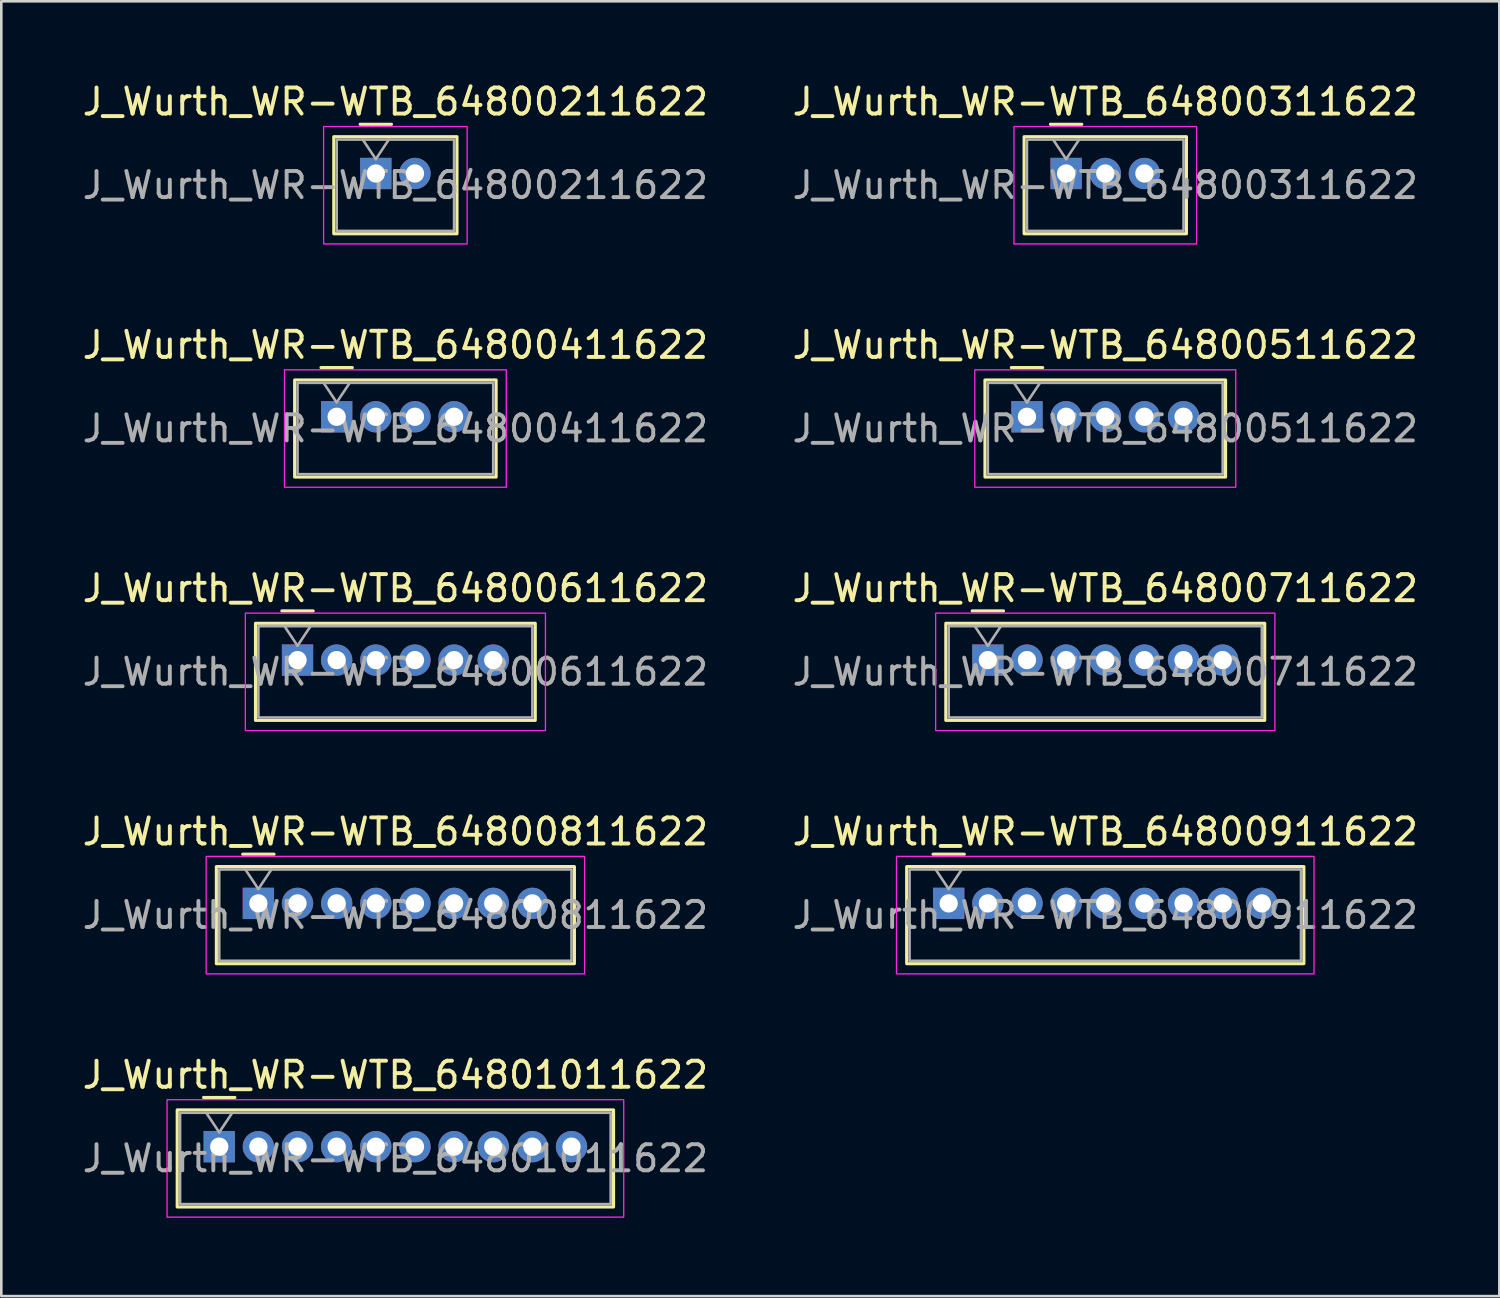
<source format=kicad_pcb>
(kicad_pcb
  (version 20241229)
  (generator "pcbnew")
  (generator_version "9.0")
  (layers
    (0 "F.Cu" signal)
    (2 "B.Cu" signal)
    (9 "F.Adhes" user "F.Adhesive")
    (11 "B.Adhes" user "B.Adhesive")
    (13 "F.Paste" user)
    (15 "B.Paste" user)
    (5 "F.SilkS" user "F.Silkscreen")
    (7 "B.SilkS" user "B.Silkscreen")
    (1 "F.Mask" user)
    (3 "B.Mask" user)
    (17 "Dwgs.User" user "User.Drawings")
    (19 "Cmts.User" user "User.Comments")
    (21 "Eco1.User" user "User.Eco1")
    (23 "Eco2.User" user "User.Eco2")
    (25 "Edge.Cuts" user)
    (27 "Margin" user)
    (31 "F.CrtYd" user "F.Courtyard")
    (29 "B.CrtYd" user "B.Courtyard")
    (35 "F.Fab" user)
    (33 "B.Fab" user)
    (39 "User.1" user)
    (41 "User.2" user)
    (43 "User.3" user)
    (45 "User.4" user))
  (footprint "J_Wurth_WR-WTB_64801011622"
    (layer "F.Cu")
    (at 5.351 40.891)
    (property "Reference" "J_Wurth_WR-WTB_64801011622" (at 6.75 -2.75 0) (unlocked yes) (layer "F.SilkS") (effects (font (size 1 1) (thickness 0.15))))
    (attr through_hole)
    (fp_line (start 0.6 -1.885) (end -0.6 -1.885) (stroke (width 0.12) (type solid)) (layer "F.SilkS"))
    (fp_rect (start -1.61 -1.41) (end 15.11 2.31) (stroke (width 0.12) (type solid)) (fill no) (layer "F.SilkS"))
    (fp_rect (start -2 -1.8) (end 15.5 2.7) (stroke (width 0.05) (type solid)) (fill no) (layer "F.CrtYd"))
    (fp_line (start 0 -0.55) (end -0.5 -1.3) (stroke (width 0.1) (type solid)) (layer "F.Fab"))
    (fp_line (start 0 -0.55) (end 0.5 -1.3) (stroke (width 0.1) (type solid)) (layer "F.Fab"))
    (fp_rect (start -1.5 -1.3) (end 15 2.2) (stroke (width 0.1) (type solid)) (fill no) (layer "F.Fab"))
    (fp_text user "${REFERENCE}" (at 6.75 0.45 0) (unlocked yes) (layer "F.Fab") (effects (font (size 1 1) (thickness 0.15))))
    (pad "1" thru_hole rect (at 0 0 180) (size 1.2 1.2) (drill 0.7) (layers "*.Cu" "*.Mask"))
    (pad "2" thru_hole circle (at 1.5 0 180) (size 1.2 1.2) (drill 0.7) (layers "*.Cu" "*.Mask"))
    (pad "3" thru_hole circle (at 3 0 180) (size 1.2 1.2) (drill 0.7) (layers "*.Cu" "*.Mask"))
    (pad "4" thru_hole circle (at 4.5 0 180) (size 1.2 1.2) (drill 0.7) (layers "*.Cu" "*.Mask"))
    (pad "5" thru_hole circle (at 6 0 180) (size 1.2 1.2) (drill 0.7) (layers "*.Cu" "*.Mask"))
    (pad "6" thru_hole circle (at 7.5 0 180) (size 1.2 1.2) (drill 0.7) (layers "*.Cu" "*.Mask"))
    (pad "7" thru_hole circle (at 9 0 180) (size 1.2 1.2) (drill 0.7) (layers "*.Cu" "*.Mask"))
    (pad "8" thru_hole circle (at 10.5 0 180) (size 1.2 1.2) (drill 0.7) (layers "*.Cu" "*.Mask"))
    (pad "9" thru_hole circle (at 12 0 180) (size 1.2 1.2) (drill 0.7) (layers "*.Cu" "*.Mask"))
    (pad "10" thru_hole circle (at 13.5 0 180) (size 1.2 1.2) (drill 0.7) (layers "*.Cu" "*.Mask")))
  (footprint "J_Wurth_WR-WTB_64800611622"
    (layer "F.Cu")
    (at 8.351 22.245)
    (property "Reference" "J_Wurth_WR-WTB_64800611622" (at 3.75 -2.75 0) (unlocked yes) (layer "F.SilkS") (effects (font (size 1 1) (thickness 0.15))))
    (attr through_hole)
    (fp_line (start 0.6 -1.885) (end -0.6 -1.885) (stroke (width 0.12) (type solid)) (layer "F.SilkS"))
    (fp_rect (start -1.61 -1.41) (end 9.11 2.31) (stroke (width 0.12) (type solid)) (fill no) (layer "F.SilkS"))
    (fp_rect (start -2 -1.8) (end 9.5 2.7) (stroke (width 0.05) (type solid)) (fill no) (layer "F.CrtYd"))
    (fp_line (start 0 -0.55) (end -0.5 -1.3) (stroke (width 0.1) (type solid)) (layer "F.Fab"))
    (fp_line (start 0 -0.55) (end 0.5 -1.3) (stroke (width 0.1) (type solid)) (layer "F.Fab"))
    (fp_rect (start -1.5 -1.3) (end 9 2.2) (stroke (width 0.1) (type solid)) (fill no) (layer "F.Fab"))
    (fp_text user "${REFERENCE}" (at 3.75 0.45 0) (unlocked yes) (layer "F.Fab") (effects (font (size 1 1) (thickness 0.15))))
    (pad "1" thru_hole rect (at 0 0 180) (size 1.2 1.2) (drill 0.7) (layers "*.Cu" "*.Mask"))
    (pad "2" thru_hole circle (at 1.5 0 180) (size 1.2 1.2) (drill 0.7) (layers "*.Cu" "*.Mask"))
    (pad "3" thru_hole circle (at 3 0 180) (size 1.2 1.2) (drill 0.7) (layers "*.Cu" "*.Mask"))
    (pad "4" thru_hole circle (at 4.5 0 180) (size 1.2 1.2) (drill 0.7) (layers "*.Cu" "*.Mask"))
    (pad "5" thru_hole circle (at 6 0 180) (size 1.2 1.2) (drill 0.7) (layers "*.Cu" "*.Mask"))
    (pad "6" thru_hole circle (at 7.5 0 180) (size 1.2 1.2) (drill 0.7) (layers "*.Cu" "*.Mask")))
  (footprint "J_Wurth_WR-WTB_64800411622"
    (layer "F.Cu")
    (at 9.851 12.921)
    (property "Reference" "J_Wurth_WR-WTB_64800411622" (at 2.25 -2.75 0) (unlocked yes) (layer "F.SilkS") (effects (font (size 1 1) (thickness 0.15))))
    (attr through_hole)
    (fp_line (start 0.6 -1.885) (end -0.6 -1.885) (stroke (width 0.12) (type solid)) (layer "F.SilkS"))
    (fp_rect (start -1.61 -1.41) (end 6.11 2.31) (stroke (width 0.12) (type solid)) (fill no) (layer "F.SilkS"))
    (fp_rect (start -2 -1.8) (end 6.5 2.7) (stroke (width 0.05) (type solid)) (fill no) (layer "F.CrtYd"))
    (fp_line (start 0 -0.55) (end -0.5 -1.3) (stroke (width 0.1) (type solid)) (layer "F.Fab"))
    (fp_line (start 0 -0.55) (end 0.5 -1.3) (stroke (width 0.1) (type solid)) (layer "F.Fab"))
    (fp_rect (start -1.5 -1.3) (end 6 2.2) (stroke (width 0.1) (type solid)) (fill no) (layer "F.Fab"))
    (fp_text user "${REFERENCE}" (at 2.25 0.45 0) (unlocked yes) (layer "F.Fab") (effects (font (size 1 1) (thickness 0.15))))
    (pad "1" thru_hole rect (at 0 0 180) (size 1.2 1.2) (drill 0.7) (layers "*.Cu" "*.Mask"))
    (pad "2" thru_hole circle (at 1.5 0 180) (size 1.2 1.2) (drill 0.7) (layers "*.Cu" "*.Mask"))
    (pad "3" thru_hole circle (at 3 0 180) (size 1.2 1.2) (drill 0.7) (layers "*.Cu" "*.Mask"))
    (pad "4" thru_hole circle (at 4.5 0 180) (size 1.2 1.2) (drill 0.7) (layers "*.Cu" "*.Mask")))
  (footprint "J_Wurth_WR-WTB_64800511622"
    (layer "F.Cu")
    (at 36.304 12.921)
    (property "Reference" "J_Wurth_WR-WTB_64800511622" (at 3 -2.75 0) (unlocked yes) (layer "F.SilkS") (effects (font (size 1 1) (thickness 0.15))))
    (attr through_hole)
    (fp_line (start 0.6 -1.885) (end -0.6 -1.885) (stroke (width 0.12) (type solid)) (layer "F.SilkS"))
    (fp_rect (start -1.61 -1.41) (end 7.61 2.31) (stroke (width 0.12) (type solid)) (fill no) (layer "F.SilkS"))
    (fp_rect (start -2 -1.8) (end 8 2.7) (stroke (width 0.05) (type solid)) (fill no) (layer "F.CrtYd"))
    (fp_line (start 0 -0.55) (end -0.5 -1.3) (stroke (width 0.1) (type solid)) (layer "F.Fab"))
    (fp_line (start 0 -0.55) (end 0.5 -1.3) (stroke (width 0.1) (type solid)) (layer "F.Fab"))
    (fp_rect (start -1.5 -1.3) (end 7.5 2.2) (stroke (width 0.1) (type solid)) (fill no) (layer "F.Fab"))
    (fp_text user "${REFERENCE}" (at 3 0.45 0) (unlocked yes) (layer "F.Fab") (effects (font (size 1 1) (thickness 0.15))))
    (pad "1" thru_hole rect (at 0 0 180) (size 1.2 1.2) (drill 0.7) (layers "*.Cu" "*.Mask"))
    (pad "2" thru_hole circle (at 1.5 0 180) (size 1.2 1.2) (drill 0.7) (layers "*.Cu" "*.Mask"))
    (pad "3" thru_hole circle (at 3 0 180) (size 1.2 1.2) (drill 0.7) (layers "*.Cu" "*.Mask"))
    (pad "4" thru_hole circle (at 4.5 0 180) (size 1.2 1.2) (drill 0.7) (layers "*.Cu" "*.Mask"))
    (pad "5" thru_hole circle (at 6 0 180) (size 1.2 1.2) (drill 0.7) (layers "*.Cu" "*.Mask")))
  (footprint "J_Wurth_WR-WTB_64800211622"
    (layer "F.Cu")
    (at 11.351 3.598)
    (property "Reference" "J_Wurth_WR-WTB_64800211622" (at 0.75 -2.75 0) (unlocked yes) (layer "F.SilkS") (effects (font (size 1 1) (thickness 0.15))))
    (attr through_hole)
    (fp_line (start 0.6 -1.885) (end -0.6 -1.885) (stroke (width 0.12) (type solid)) (layer "F.SilkS"))
    (fp_rect (start -1.61 -1.41) (end 3.11 2.31) (stroke (width 0.12) (type default)) (fill no) (layer "F.SilkS"))
    (fp_rect (start -2 -1.8) (end 3.5 2.7) (stroke (width 0.05) (type default)) (fill no) (layer "F.CrtYd"))
    (fp_line (start 0 -0.55) (end -0.5 -1.3) (stroke (width 0.1) (type solid)) (layer "F.Fab"))
    (fp_line (start 0 -0.55) (end 0.5 -1.3) (stroke (width 0.1) (type solid)) (layer "F.Fab"))
    (fp_rect (start -1.5 -1.3) (end 3 2.2) (stroke (width 0.1) (type solid)) (fill no) (layer "F.Fab"))
    (fp_text user "${REFERENCE}" (at 0.75 0.45 0) (unlocked yes) (layer "F.Fab") (effects (font (size 1 1) (thickness 0.15))))
    (pad "1" thru_hole rect (at 0 0 180) (size 1.2 1.2) (drill 0.7) (layers "*.Cu" "*.Mask"))
    (pad "2" thru_hole circle (at 1.5 0 180) (size 1.2 1.2) (drill 0.7) (layers "*.Cu" "*.Mask")))
  (footprint "J_Wurth_WR-WTB_64800711622"
    (layer "F.Cu")
    (at 34.804 22.245)
    (property "Reference" "J_Wurth_WR-WTB_64800711622" (at 4.5 -2.75 0) (unlocked yes) (layer "F.SilkS") (effects (font (size 1 1) (thickness 0.15))))
    (attr through_hole)
    (fp_line (start 0.6 -1.885) (end -0.6 -1.885) (stroke (width 0.12) (type solid)) (layer "F.SilkS"))
    (fp_rect (start -1.61 -1.41) (end 10.61 2.31) (stroke (width 0.12) (type solid)) (fill no) (layer "F.SilkS"))
    (fp_rect (start -2 -1.8) (end 11 2.7) (stroke (width 0.05) (type solid)) (fill no) (layer "F.CrtYd"))
    (fp_line (start 0 -0.55) (end -0.5 -1.3) (stroke (width 0.1) (type solid)) (layer "F.Fab"))
    (fp_line (start 0 -0.55) (end 0.5 -1.3) (stroke (width 0.1) (type solid)) (layer "F.Fab"))
    (fp_rect (start -1.5 -1.3) (end 10.5 2.2) (stroke (width 0.1) (type solid)) (fill no) (layer "F.Fab"))
    (fp_text user "${REFERENCE}" (at 4.5 0.45 0) (unlocked yes) (layer "F.Fab") (effects (font (size 1 1) (thickness 0.15))))
    (pad "1" thru_hole rect (at 0 0 180) (size 1.2 1.2) (drill 0.7) (layers "*.Cu" "*.Mask"))
    (pad "2" thru_hole circle (at 1.5 0 180) (size 1.2 1.2) (drill 0.7) (layers "*.Cu" "*.Mask"))
    (pad "3" thru_hole circle (at 3 0 180) (size 1.2 1.2) (drill 0.7) (layers "*.Cu" "*.Mask"))
    (pad "4" thru_hole circle (at 4.5 0 180) (size 1.2 1.2) (drill 0.7) (layers "*.Cu" "*.Mask"))
    (pad "5" thru_hole circle (at 6 0 180) (size 1.2 1.2) (drill 0.7) (layers "*.Cu" "*.Mask"))
    (pad "6" thru_hole circle (at 7.5 0 180) (size 1.2 1.2) (drill 0.7) (layers "*.Cu" "*.Mask"))
    (pad "7" thru_hole circle (at 9 0 180) (size 1.2 1.2) (drill 0.7) (layers "*.Cu" "*.Mask")))
  (footprint "J_Wurth_WR-WTB_64800911622"
    (layer "F.Cu")
    (at 33.304 31.568)
    (property "Reference" "J_Wurth_WR-WTB_64800911622" (at 6 -2.75 0) (unlocked yes) (layer "F.SilkS") (effects (font (size 1 1) (thickness 0.15))))
    (attr through_hole)
    (fp_line (start 0.6 -1.885) (end -0.6 -1.885) (stroke (width 0.12) (type solid)) (layer "F.SilkS"))
    (fp_rect (start -1.61 -1.41) (end 13.61 2.31) (stroke (width 0.12) (type solid)) (fill no) (layer "F.SilkS"))
    (fp_rect (start -2 -1.8) (end 14 2.7) (stroke (width 0.05) (type solid)) (fill no) (layer "F.CrtYd"))
    (fp_line (start 0 -0.55) (end -0.5 -1.3) (stroke (width 0.1) (type solid)) (layer "F.Fab"))
    (fp_line (start 0 -0.55) (end 0.5 -1.3) (stroke (width 0.1) (type solid)) (layer "F.Fab"))
    (fp_rect (start -1.5 -1.3) (end 13.5 2.2) (stroke (width 0.1) (type solid)) (fill no) (layer "F.Fab"))
    (fp_text user "${REFERENCE}" (at 6 0.45 0) (unlocked yes) (layer "F.Fab") (effects (font (size 1 1) (thickness 0.15))))
    (pad "1" thru_hole rect (at 0 0 180) (size 1.2 1.2) (drill 0.7) (layers "*.Cu" "*.Mask"))
    (pad "2" thru_hole circle (at 1.5 0 180) (size 1.2 1.2) (drill 0.7) (layers "*.Cu" "*.Mask"))
    (pad "3" thru_hole circle (at 3 0 180) (size 1.2 1.2) (drill 0.7) (layers "*.Cu" "*.Mask"))
    (pad "4" thru_hole circle (at 4.5 0 180) (size 1.2 1.2) (drill 0.7) (layers "*.Cu" "*.Mask"))
    (pad "5" thru_hole circle (at 6 0 180) (size 1.2 1.2) (drill 0.7) (layers "*.Cu" "*.Mask"))
    (pad "6" thru_hole circle (at 7.5 0 180) (size 1.2 1.2) (drill 0.7) (layers "*.Cu" "*.Mask"))
    (pad "7" thru_hole circle (at 9 0 180) (size 1.2 1.2) (drill 0.7) (layers "*.Cu" "*.Mask"))
    (pad "8" thru_hole circle (at 10.5 0 180) (size 1.2 1.2) (drill 0.7) (layers "*.Cu" "*.Mask"))
    (pad "9" thru_hole circle (at 12 0 180) (size 1.2 1.2) (drill 0.7) (layers "*.Cu" "*.Mask")))
  (footprint "J_Wurth_WR-WTB_64800311622"
    (layer "F.Cu")
    (at 37.804 3.598)
    (property "Reference" "J_Wurth_WR-WTB_64800311622" (at 1.5 -2.75 0) (unlocked yes) (layer "F.SilkS") (effects (font (size 1 1) (thickness 0.15))))
    (attr through_hole)
    (fp_line (start 0.6 -1.885) (end -0.6 -1.885) (stroke (width 0.12) (type solid)) (layer "F.SilkS"))
    (fp_rect (start -1.61 -1.41) (end 4.61 2.31) (stroke (width 0.12) (type solid)) (fill no) (layer "F.SilkS"))
    (fp_rect (start -2 -1.8) (end 5 2.7) (stroke (width 0.05) (type solid)) (fill no) (layer "F.CrtYd"))
    (fp_line (start 0 -0.55) (end -0.5 -1.3) (stroke (width 0.1) (type solid)) (layer "F.Fab"))
    (fp_line (start 0 -0.55) (end 0.5 -1.3) (stroke (width 0.1) (type solid)) (layer "F.Fab"))
    (fp_rect (start -1.5 -1.3) (end 4.5 2.2) (stroke (width 0.1) (type solid)) (fill no) (layer "F.Fab"))
    (fp_text user "${REFERENCE}" (at 1.5 0.45 0) (unlocked yes) (layer "F.Fab") (effects (font (size 1 1) (thickness 0.15))))
    (pad "1" thru_hole rect (at 0 0 180) (size 1.2 1.2) (drill 0.7) (layers "*.Cu" "*.Mask"))
    (pad "2" thru_hole circle (at 1.5 0 180) (size 1.2 1.2) (drill 0.7) (layers "*.Cu" "*.Mask"))
    (pad "3" thru_hole circle (at 3 0 180) (size 1.2 1.2) (drill 0.7) (layers "*.Cu" "*.Mask")))
  (footprint "J_Wurth_WR-WTB_64800811622"
    (layer "F.Cu")
    (at 6.851 31.568)
    (property "Reference" "J_Wurth_WR-WTB_64800811622" (at 5.25 -2.75 0) (unlocked yes) (layer "F.SilkS") (effects (font (size 1 1) (thickness 0.15))))
    (attr through_hole)
    (fp_line (start 0.6 -1.885) (end -0.6 -1.885) (stroke (width 0.12) (type solid)) (layer "F.SilkS"))
    (fp_rect (start -1.61 -1.41) (end 12.11 2.31) (stroke (width 0.12) (type solid)) (fill no) (layer "F.SilkS"))
    (fp_rect (start -2 -1.8) (end 12.5 2.7) (stroke (width 0.05) (type solid)) (fill no) (layer "F.CrtYd"))
    (fp_line (start 0 -0.55) (end -0.5 -1.3) (stroke (width 0.1) (type solid)) (layer "F.Fab"))
    (fp_line (start 0 -0.55) (end 0.5 -1.3) (stroke (width 0.1) (type solid)) (layer "F.Fab"))
    (fp_rect (start -1.5 -1.3) (end 12 2.2) (stroke (width 0.1) (type solid)) (fill no) (layer "F.Fab"))
    (fp_text user "${REFERENCE}" (at 5.25 0.45 0) (unlocked yes) (layer "F.Fab") (effects (font (size 1 1) (thickness 0.15))))
    (pad "1" thru_hole rect (at 0 0 180) (size 1.2 1.2) (drill 0.7) (layers "*.Cu" "*.Mask"))
    (pad "2" thru_hole circle (at 1.5 0 180) (size 1.2 1.2) (drill 0.7) (layers "*.Cu" "*.Mask"))
    (pad "3" thru_hole circle (at 3 0 180) (size 1.2 1.2) (drill 0.7) (layers "*.Cu" "*.Mask"))
    (pad "4" thru_hole circle (at 4.5 0 180) (size 1.2 1.2) (drill 0.7) (layers "*.Cu" "*.Mask"))
    (pad "5" thru_hole circle (at 6 0 180) (size 1.2 1.2) (drill 0.7) (layers "*.Cu" "*.Mask"))
    (pad "6" thru_hole circle (at 7.5 0 180) (size 1.2 1.2) (drill 0.7) (layers "*.Cu" "*.Mask"))
    (pad "7" thru_hole circle (at 9 0 180) (size 1.2 1.2) (drill 0.7) (layers "*.Cu" "*.Mask"))
    (pad "8" thru_hole circle (at 10.5 0 180) (size 1.2 1.2) (drill 0.7) (layers "*.Cu" "*.Mask")))
  (gr_rect
    (start -3 -3)
    (end 54.405 46.616)
    (stroke (width 0.1) (type default))
    (fill no)
    (layer "Edge.Cuts")))
</source>
